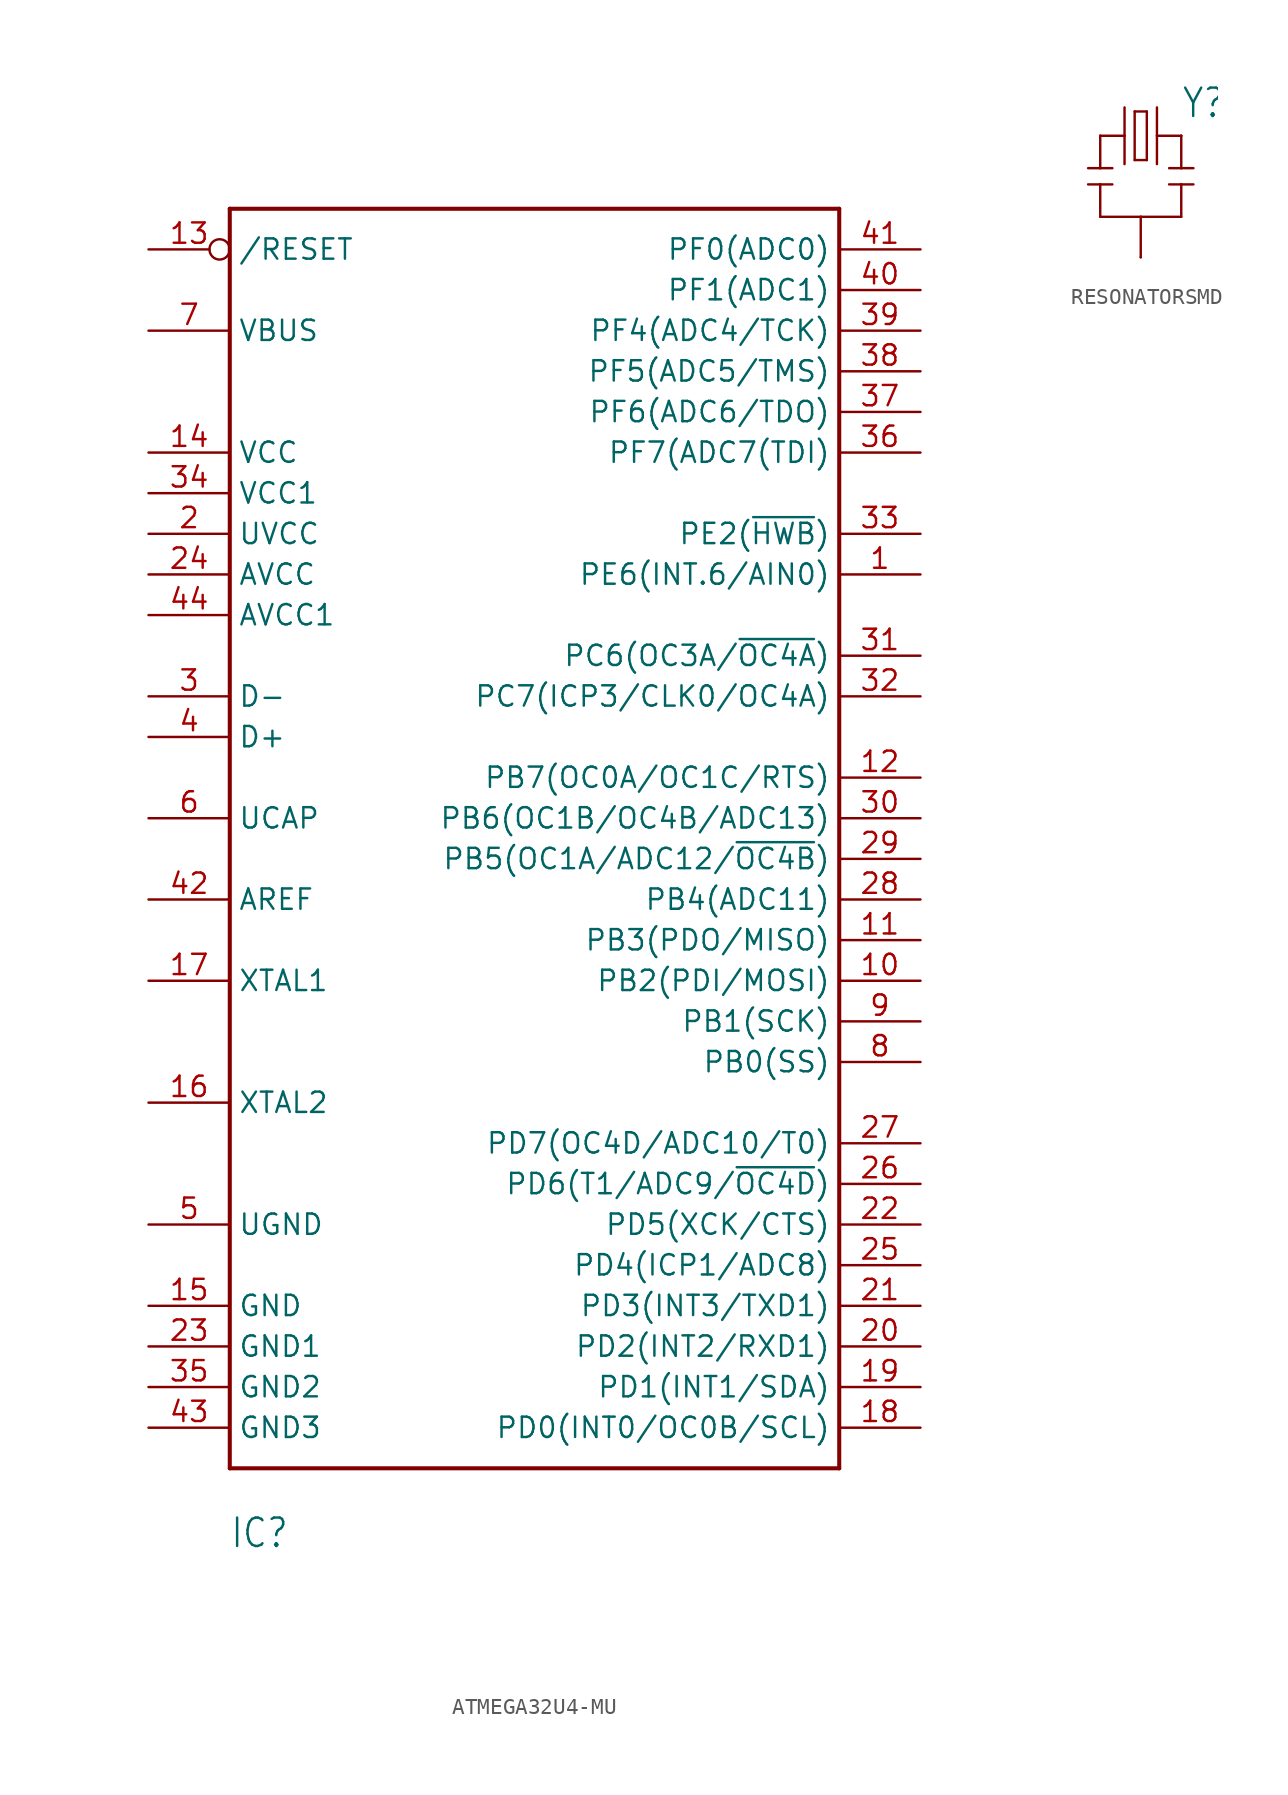
<source format=kicad_sym>
(kicad_symbol_lib
  (version 20231120)
  (generator "kicad_symbol_editor")
  (generator_version "8.0")
  (symbol "ATMEGA32U4-MU"
    (property "Reference" "IC"
      (at -17.78 -38.1 0)
      (effects (font (size 1.778 1.511)) (justify left bottom)))
    (property "Value" ""
      (at -5.08 45.72 0)
      (effects (font (size 1.778 1.511)) (justify left bottom)))
    (property "ki_locked" ""
      (at 0 0 0)
      (effects (font (size 1.27 1.27))))
    (symbol "ATMEGA32U4-MU_1_0"
      (polyline (pts (xy -17.78 -33.02) (xy -17.78 45.72)) (stroke (width 0.254) (type solid)) (fill (type none)))
      (polyline (pts (xy -17.78 45.72) (xy 20.32 45.72)) (stroke (width 0.254) (type solid)) (fill (type none)))
      (polyline (pts (xy 20.32 -33.02) (xy -17.78 -33.02)) (stroke (width 0.254) (type solid)) (fill (type none)))
      (polyline (pts (xy 20.32 45.72) (xy 20.32 -33.02)) (stroke (width 0.254) (type solid)) (fill (type none)))
      (pin bidirectional line (at 25.4 22.86 180) (length 5.08) (name "PE6(INT.6/AIN0)" (effects (font (size 1.27 1.27)))) (number "1" (effects (font (size 1.27 1.27)))))
      (pin bidirectional line (at 25.4 -2.54 180) (length 5.08) (name "PB2(PDI/MOSI)" (effects (font (size 1.27 1.27)))) (number "10" (effects (font (size 1.27 1.27)))))
      (pin bidirectional line (at 25.4 0 180) (length 5.08) (name "PB3(PDO/MISO)" (effects (font (size 1.27 1.27)))) (number "11" (effects (font (size 1.27 1.27)))))
      (pin bidirectional line (at 25.4 10.16 180) (length 5.08) (name "PB7(OC0A/OC1C/RTS)" (effects (font (size 1.27 1.27)))) (number "12" (effects (font (size 1.27 1.27)))))
      (pin bidirectional inverted (at -22.86 43.18 0) (length 5.08) (name "/RESET" (effects (font (size 1.27 1.27)))) (number "13" (effects (font (size 1.27 1.27)))))
      (pin bidirectional line (at -22.86 30.48 0) (length 5.08) (name "VCC" (effects (font (size 1.27 1.27)))) (number "14" (effects (font (size 1.27 1.27)))))
      (pin bidirectional line (at -22.86 -22.86 0) (length 5.08) (name "GND" (effects (font (size 1.27 1.27)))) (number "15" (effects (font (size 1.27 1.27)))))
      (pin bidirectional line (at -22.86 -10.16 0) (length 5.08) (name "XTAL2" (effects (font (size 1.27 1.27)))) (number "16" (effects (font (size 1.27 1.27)))))
      (pin bidirectional line (at -22.86 -2.54 0) (length 5.08) (name "XTAL1" (effects (font (size 1.27 1.27)))) (number "17" (effects (font (size 1.27 1.27)))))
      (pin bidirectional line (at 25.4 -30.48 180) (length 5.08) (name "PD0(INT0/OC0B/SCL)" (effects (font (size 1.27 1.27)))) (number "18" (effects (font (size 1.27 1.27)))))
      (pin bidirectional line (at 25.4 -27.94 180) (length 5.08) (name "PD1(INT1/SDA)" (effects (font (size 1.27 1.27)))) (number "19" (effects (font (size 1.27 1.27)))))
      (pin bidirectional line (at -22.86 25.4 0) (length 5.08) (name "UVCC" (effects (font (size 1.27 1.27)))) (number "2" (effects (font (size 1.27 1.27)))))
      (pin bidirectional line (at 25.4 -25.4 180) (length 5.08) (name "PD2(INT2/RXD1)" (effects (font (size 1.27 1.27)))) (number "20" (effects (font (size 1.27 1.27)))))
      (pin bidirectional line (at 25.4 -22.86 180) (length 5.08) (name "PD3(INT3/TXD1)" (effects (font (size 1.27 1.27)))) (number "21" (effects (font (size 1.27 1.27)))))
      (pin bidirectional line (at 25.4 -17.78 180) (length 5.08) (name "PD5(XCK/CTS)" (effects (font (size 1.27 1.27)))) (number "22" (effects (font (size 1.27 1.27)))))
      (pin bidirectional line (at -22.86 -25.4 0) (length 5.08) (name "GND1" (effects (font (size 1.27 1.27)))) (number "23" (effects (font (size 1.27 1.27)))))
      (pin bidirectional line (at -22.86 22.86 0) (length 5.08) (name "AVCC" (effects (font (size 1.27 1.27)))) (number "24" (effects (font (size 1.27 1.27)))))
      (pin bidirectional line (at 25.4 -20.32 180) (length 5.08) (name "PD4(ICP1/ADC8)" (effects (font (size 1.27 1.27)))) (number "25" (effects (font (size 1.27 1.27)))))
      (pin bidirectional line (at 25.4 -15.24 180) (length 5.08) (name "PD6(T1/ADC9/~{OC4D})" (effects (font (size 1.27 1.27)))) (number "26" (effects (font (size 1.27 1.27)))))
      (pin bidirectional line (at 25.4 -12.7 180) (length 5.08) (name "PD7(OC4D/ADC10/T0)" (effects (font (size 1.27 1.27)))) (number "27" (effects (font (size 1.27 1.27)))))
      (pin bidirectional line (at 25.4 2.54 180) (length 5.08) (name "PB4(ADC11)" (effects (font (size 1.27 1.27)))) (number "28" (effects (font (size 1.27 1.27)))))
      (pin bidirectional line (at 25.4 5.08 180) (length 5.08) (name "PB5(OC1A/ADC12/~{OC4B})" (effects (font (size 1.27 1.27)))) (number "29" (effects (font (size 1.27 1.27)))))
      (pin bidirectional line (at -22.86 15.24 0) (length 5.08) (name "D-" (effects (font (size 1.27 1.27)))) (number "3" (effects (font (size 1.27 1.27)))))
      (pin bidirectional line (at 25.4 7.62 180) (length 5.08) (name "PB6(OC1B/OC4B/ADC13)" (effects (font (size 1.27 1.27)))) (number "30" (effects (font (size 1.27 1.27)))))
      (pin bidirectional line (at 25.4 17.78 180) (length 5.08) (name "PC6(OC3A/~{OC4A})" (effects (font (size 1.27 1.27)))) (number "31" (effects (font (size 1.27 1.27)))))
      (pin bidirectional line (at 25.4 15.24 180) (length 5.08) (name "PC7(ICP3/CLK0/OC4A)" (effects (font (size 1.27 1.27)))) (number "32" (effects (font (size 1.27 1.27)))))
      (pin bidirectional line (at 25.4 25.4 180) (length 5.08) (name "PE2(~{HWB})" (effects (font (size 1.27 1.27)))) (number "33" (effects (font (size 1.27 1.27)))))
      (pin bidirectional line (at -22.86 27.94 0) (length 5.08) (name "VCC1" (effects (font (size 1.27 1.27)))) (number "34" (effects (font (size 1.27 1.27)))))
      (pin bidirectional line (at -22.86 -27.94 0) (length 5.08) (name "GND2" (effects (font (size 1.27 1.27)))) (number "35" (effects (font (size 1.27 1.27)))))
      (pin bidirectional line (at 25.4 30.48 180) (length 5.08) (name "PF7(ADC7(TDI)" (effects (font (size 1.27 1.27)))) (number "36" (effects (font (size 1.27 1.27)))))
      (pin bidirectional line (at 25.4 33.02 180) (length 5.08) (name "PF6(ADC6/TDO)" (effects (font (size 1.27 1.27)))) (number "37" (effects (font (size 1.27 1.27)))))
      (pin bidirectional line (at 25.4 35.56 180) (length 5.08) (name "PF5(ADC5/TMS)" (effects (font (size 1.27 1.27)))) (number "38" (effects (font (size 1.27 1.27)))))
      (pin bidirectional line (at 25.4 38.1 180) (length 5.08) (name "PF4(ADC4/TCK)" (effects (font (size 1.27 1.27)))) (number "39" (effects (font (size 1.27 1.27)))))
      (pin bidirectional line (at -22.86 12.7 0) (length 5.08) (name "D+" (effects (font (size 1.27 1.27)))) (number "4" (effects (font (size 1.27 1.27)))))
      (pin bidirectional line (at 25.4 40.64 180) (length 5.08) (name "PF1(ADC1)" (effects (font (size 1.27 1.27)))) (number "40" (effects (font (size 1.27 1.27)))))
      (pin bidirectional line (at 25.4 43.18 180) (length 5.08) (name "PF0(ADC0)" (effects (font (size 1.27 1.27)))) (number "41" (effects (font (size 1.27 1.27)))))
      (pin bidirectional line (at -22.86 2.54 0) (length 5.08) (name "AREF" (effects (font (size 1.27 1.27)))) (number "42" (effects (font (size 1.27 1.27)))))
      (pin bidirectional line (at -22.86 -30.48 0) (length 5.08) (name "GND3" (effects (font (size 1.27 1.27)))) (number "43" (effects (font (size 1.27 1.27)))))
      (pin bidirectional line (at -22.86 20.32 0) (length 5.08) (name "AVCC1" (effects (font (size 1.27 1.27)))) (number "44" (effects (font (size 1.27 1.27)))))
      (pin bidirectional line (at -22.86 -17.78 0) (length 5.08) (name "UGND" (effects (font (size 1.27 1.27)))) (number "5" (effects (font (size 1.27 1.27)))))
      (pin bidirectional line (at -22.86 7.62 0) (length 5.08) (name "UCAP" (effects (font (size 1.27 1.27)))) (number "6" (effects (font (size 1.27 1.27)))))
      (pin bidirectional line (at -22.86 38.1 0) (length 5.08) (name "VBUS" (effects (font (size 1.27 1.27)))) (number "7" (effects (font (size 1.27 1.27)))))
      (pin bidirectional line (at 25.4 -7.62 180) (length 5.08) (name "PB0(SS)" (effects (font (size 1.27 1.27)))) (number "8" (effects (font (size 1.27 1.27)))))
      (pin bidirectional line (at 25.4 -5.08 180) (length 5.08) (name "PB1(SCK)" (effects (font (size 1.27 1.27)))) (number "9" (effects (font (size 1.27 1.27)))))))
  (symbol "RESONATORSMD"
    (property "Reference" "Y"
      (at 2.54 1.016 0)
      (effects (font (size 1.778 1.511)) (justify left bottom)))
    (property "Value" ""
      (at 2.54 -7.62 0)
      (effects (font (size 1.778 1.511)) (justify left bottom)))
    (property "ki_locked" ""
      (at 0 0 0)
      (effects (font (size 1.27 1.27))))
    (symbol "RESONATORSMD_1_0"
      (polyline (pts (xy -2.54 -3.048) (xy -3.302 -3.048)) (stroke (width 0.152) (type solid)) (fill (type none)))
      (polyline (pts (xy -2.54 -3.048) (xy -2.54 -5.08)) (stroke (width 0.152) (type solid)) (fill (type none)))
      (polyline (pts (xy -2.54 -2.032) (xy -3.302 -2.032)) (stroke (width 0.152) (type solid)) (fill (type none)))
      (polyline (pts (xy -2.54 -2.032) (xy -2.54 0)) (stroke (width 0.152) (type solid)) (fill (type none)))
      (polyline (pts (xy -2.54 0) (xy -1.016 0)) (stroke (width 0.152) (type solid)) (fill (type none)))
      (polyline (pts (xy -1.778 -3.048) (xy -2.54 -3.048)) (stroke (width 0.152) (type solid)) (fill (type none)))
      (polyline (pts (xy -1.778 -2.032) (xy -2.54 -2.032)) (stroke (width 0.152) (type solid)) (fill (type none)))
      (polyline (pts (xy -1.016 0) (xy -1.016 -1.778)) (stroke (width 0.152) (type solid)) (fill (type none)))
      (polyline (pts (xy -1.016 1.778) (xy -1.016 0)) (stroke (width 0.152) (type solid)) (fill (type none)))
      (polyline (pts (xy -0.381 -1.524) (xy 0.381 -1.524)) (stroke (width 0.152) (type solid)) (fill (type none)))
      (polyline (pts (xy -0.381 1.524) (xy -0.381 -1.524)) (stroke (width 0.152) (type solid)) (fill (type none)))
      (polyline (pts (xy 0 -5.08) (xy -2.54 -5.08)) (stroke (width 0.152) (type solid)) (fill (type none)))
      (polyline (pts (xy 0 -5.08) (xy 0 -7.62)) (stroke (width 0.152) (type solid)) (fill (type none)))
      (polyline (pts (xy 0.381 -1.524) (xy 0.381 1.524)) (stroke (width 0.152) (type solid)) (fill (type none)))
      (polyline (pts (xy 0.381 1.524) (xy -0.381 1.524)) (stroke (width 0.152) (type solid)) (fill (type none)))
      (polyline (pts (xy 1.016 0) (xy 1.016 -1.778)) (stroke (width 0.152) (type solid)) (fill (type none)))
      (polyline (pts (xy 1.016 0) (xy 2.54 0)) (stroke (width 0.152) (type solid)) (fill (type none)))
      (polyline (pts (xy 1.016 1.778) (xy 1.016 0)) (stroke (width 0.152) (type solid)) (fill (type none)))
      (polyline (pts (xy 2.54 -5.08) (xy 0 -5.08)) (stroke (width 0.152) (type solid)) (fill (type none)))
      (polyline (pts (xy 2.54 -3.048) (xy 1.778 -3.048)) (stroke (width 0.152) (type solid)) (fill (type none)))
      (polyline (pts (xy 2.54 -3.048) (xy 2.54 -5.08)) (stroke (width 0.152) (type solid)) (fill (type none)))
      (polyline (pts (xy 2.54 -2.032) (xy 1.778 -2.032)) (stroke (width 0.152) (type solid)) (fill (type none)))
      (polyline (pts (xy 2.54 0) (xy 2.54 -2.032)) (stroke (width 0.152) (type solid)) (fill (type none)))
      (polyline (pts (xy 3.302 -3.048) (xy 2.54 -3.048)) (stroke (width 0.152) (type solid)) (fill (type none)))
      (polyline (pts (xy 3.302 -2.032) (xy 2.54 -2.032)) (stroke (width 0.152) (type solid)) (fill (type none)))
      (pin passive line (at -2.54 0 0) (length 0) (name "1" (effects (font (size 0 0)))) (number "1" (effects (font (size 0 0)))))
      (pin passive line (at 0 -7.62 90) (length 0) (name "2" (effects (font (size 0 0)))) (number "2" (effects (font (size 0 0)))))
      (pin passive line (at 2.54 0 180) (length 0) (name "3" (effects (font (size 0 0)))) (number "3" (effects (font (size 0 0))))))))
</source>
